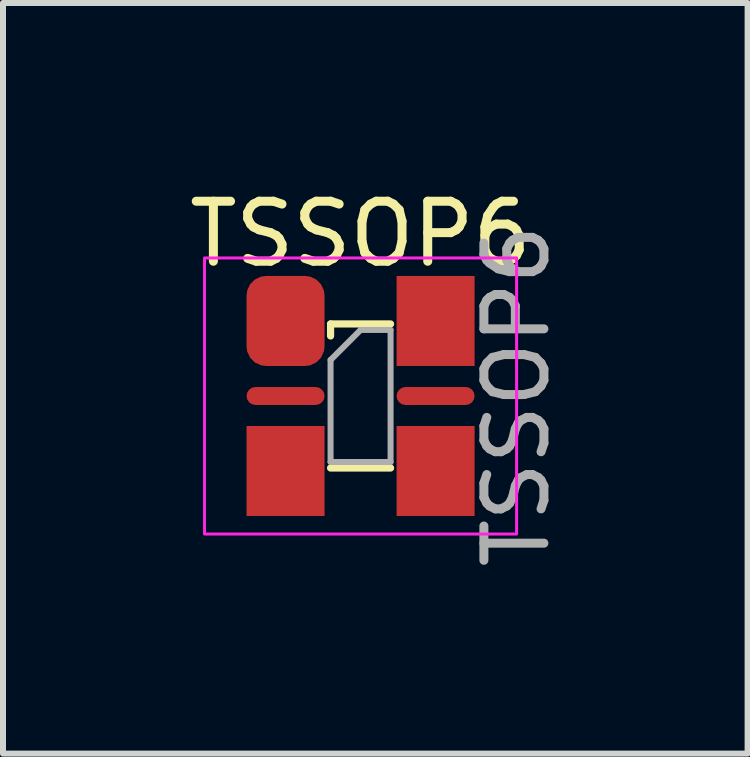
<source format=kicad_pcb>
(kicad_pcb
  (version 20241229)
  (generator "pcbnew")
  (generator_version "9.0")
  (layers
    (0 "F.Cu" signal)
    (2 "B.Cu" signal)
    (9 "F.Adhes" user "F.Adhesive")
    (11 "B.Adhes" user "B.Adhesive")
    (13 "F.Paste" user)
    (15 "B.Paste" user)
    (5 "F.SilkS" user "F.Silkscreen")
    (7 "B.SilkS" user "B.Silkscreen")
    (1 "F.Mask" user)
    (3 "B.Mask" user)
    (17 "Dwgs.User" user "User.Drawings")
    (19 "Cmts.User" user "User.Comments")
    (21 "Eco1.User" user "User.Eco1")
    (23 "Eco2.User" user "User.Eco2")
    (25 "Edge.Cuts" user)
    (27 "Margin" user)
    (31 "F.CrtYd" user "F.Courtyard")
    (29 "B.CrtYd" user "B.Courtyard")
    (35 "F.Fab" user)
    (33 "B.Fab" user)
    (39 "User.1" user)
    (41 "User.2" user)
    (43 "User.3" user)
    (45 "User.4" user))
  (footprint "TSSOP6"
    (layer "F.Cu")
    (at 2.958 3.548)
    (property "Reference" "TSSOP6" (at 0 -2.7 0) (unlocked yes) (layer "F.SilkS") (effects (font (size 1 1) (thickness 0.15))))
    (attr smd)
    (fp_line (start -0.5 -1.2) (end 0.5 -1.2) (stroke (width 0.12) (type solid)) (layer "F.SilkS"))
    (fp_line (start -0.5 -1) (end -0.5 -1.2) (stroke (width 0.12) (type solid)) (layer "F.SilkS"))
    (fp_line (start 0.5 1.2) (end -0.5 1.2) (stroke (width 0.12) (type solid)) (layer "F.SilkS"))
    (fp_rect (start -2.6 2.3) (end 2.6 -2.3) (stroke (width 0.05) (type solid)) (fill no) (layer "F.CrtYd"))
    (fp_line (start -0.5 -0.6) (end -0.5 1.1) (stroke (width 0.1) (type solid)) (layer "F.Fab"))
    (fp_line (start -0.5 1.1) (end 0.5 1.1) (stroke (width 0.1) (type solid)) (layer "F.Fab"))
    (fp_line (start 0 -1.1) (end -0.5 -0.6) (stroke (width 0.1) (type solid)) (layer "F.Fab"))
    (fp_line (start 0.5 -1.1) (end 0 -1.1) (stroke (width 0.1) (type solid)) (layer "F.Fab"))
    (fp_line (start 0.5 1.1) (end 0.5 -1.1) (stroke (width 0.1) (type solid)) (layer "F.Fab"))
    (fp_text user "${REFERENCE}" (at 2.6 0 90) (unlocked yes) (layer "F.Fab") (effects (font (size 1 1) (thickness 0.15))))
    (pad "1" smd roundrect (at -1.25 -1.25) (size 1.3 1.5) (layers "F.Cu" "F.Mask" "F.Paste") (roundrect_rratio 0.25))
    (pad "2" smd roundrect (at -1.25 0) (size 1.3 0.3) (layers "F.Cu" "F.Mask" "F.Paste") (roundrect_rratio 0.5))
    (pad "3" smd rect (at -1.25 1.25) (size 1.3 1.5) (layers "F.Cu" "F.Mask" "F.Paste"))
    (pad "4" smd rect (at 1.25 1.25) (size 1.3 1.5) (layers "F.Cu" "F.Mask" "F.Paste"))
    (pad "5" smd roundrect (at 1.25 0) (size 1.3 0.3) (layers "F.Cu" "F.Mask" "F.Paste") (roundrect_rratio 0.5))
    (pad "6" smd rect (at 1.25 -1.25) (size 1.3 1.5) (layers "F.Cu" "F.Mask" "F.Paste")))
  (gr_rect
    (start -3 -3)
    (end 9.407 9.507)
    (stroke (width 0.1) (type default))
    (fill no)
    (layer "Edge.Cuts")))
</source>
